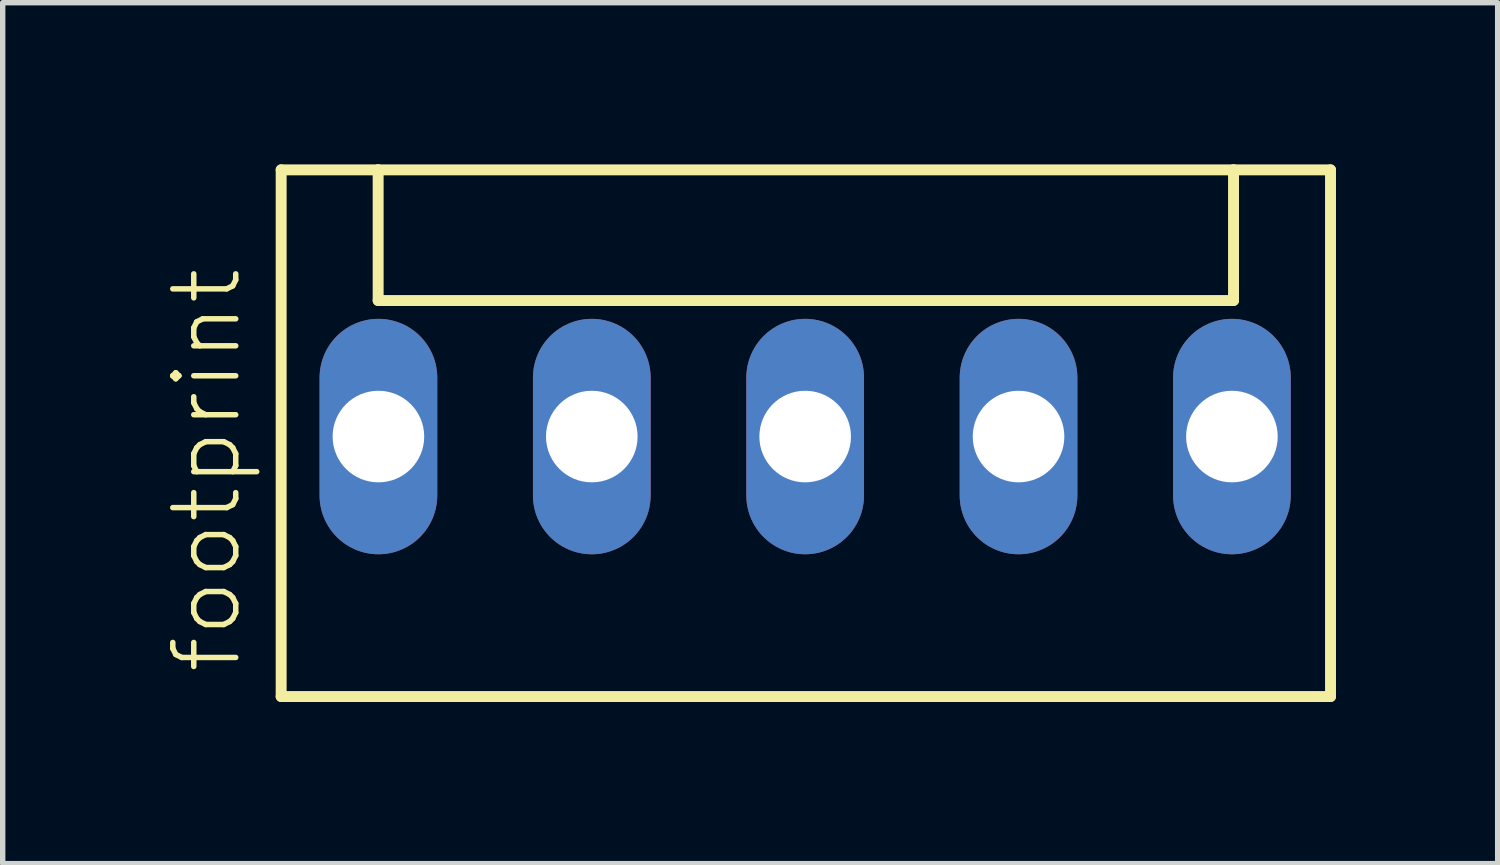
<source format=kicad_pcb>
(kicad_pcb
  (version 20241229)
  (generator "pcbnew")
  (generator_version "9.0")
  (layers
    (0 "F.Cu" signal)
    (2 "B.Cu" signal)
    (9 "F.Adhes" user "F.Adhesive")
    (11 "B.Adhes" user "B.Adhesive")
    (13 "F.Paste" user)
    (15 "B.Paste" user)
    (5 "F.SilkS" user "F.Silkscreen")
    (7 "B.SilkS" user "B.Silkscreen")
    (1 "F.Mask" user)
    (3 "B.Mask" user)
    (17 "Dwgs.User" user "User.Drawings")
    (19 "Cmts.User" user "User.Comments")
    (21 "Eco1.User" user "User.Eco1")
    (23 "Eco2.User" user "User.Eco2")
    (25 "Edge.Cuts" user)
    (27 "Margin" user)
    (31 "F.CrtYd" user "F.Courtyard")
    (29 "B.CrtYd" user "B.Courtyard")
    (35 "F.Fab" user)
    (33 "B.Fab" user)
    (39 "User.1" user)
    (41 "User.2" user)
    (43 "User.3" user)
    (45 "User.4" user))
  (footprint "footprint"
    (layer "F.Cu")
    (at 11.893 5.052)
    (property "Reference" "footprint" (at -10.42 4.445 90) (layer "F.SilkS") (effects (font (size 1.168 1.168) (thickness 0.102)) (justify left bottom)))
    (fp_line (start -9.725 -4.95) (end -9.725 4.825) (stroke (width 0.203) (type solid)) (layer "F.SilkS"))
    (fp_line (start -9.725 4.825) (end 9.75 4.825) (stroke (width 0.203) (type solid)) (layer "F.SilkS"))
    (fp_line (start -7.925 -4.95) (end -9.725 -4.95) (stroke (width 0.203) (type solid)) (layer "F.SilkS"))
    (fp_line (start -7.925 -2.525) (end -7.925 -4.95) (stroke (width 0.203) (type solid)) (layer "F.SilkS"))
    (fp_line (start -7.925 -2.525) (end 7.95 -2.525) (stroke (width 0.203) (type solid)) (layer "F.SilkS"))
    (fp_line (start 7.95 -4.95) (end -7.925 -4.95) (stroke (width 0.203) (type solid)) (layer "F.SilkS"))
    (fp_line (start 7.95 -2.525) (end 7.95 -4.95) (stroke (width 0.203) (type solid)) (layer "F.SilkS"))
    (fp_line (start 9.75 -4.95) (end 7.95 -4.95) (stroke (width 0.203) (type solid)) (layer "F.SilkS"))
    (fp_line (start 9.75 4.825) (end 9.75 -4.95) (stroke (width 0.203) (type solid)) (layer "F.SilkS"))
    (pad "1" thru_hole oval (at -7.92 0 90) (size 4.369 2.184) (drill 1.7) (layers "*.Cu" "*.Mask"))
    (pad "2" thru_hole oval (at -3.96 0 90) (size 4.369 2.184) (drill 1.7) (layers "*.Cu" "*.Mask"))
    (pad "3" thru_hole oval (at 0 0 90) (size 4.369 2.184) (drill 1.7) (layers "*.Cu" "*.Mask"))
    (pad "4" thru_hole oval (at 3.96 0 90) (size 4.369 2.184) (drill 1.7) (layers "*.Cu" "*.Mask"))
    (pad "5" thru_hole oval (at 7.92 0 90) (size 4.369 2.184) (drill 1.7) (layers "*.Cu" "*.Mask")))
  (gr_rect
    (start -3 -3)
    (end 24.745 12.978)
    (stroke (width 0.1) (type default))
    (fill no)
    (layer "Edge.Cuts")))
</source>
